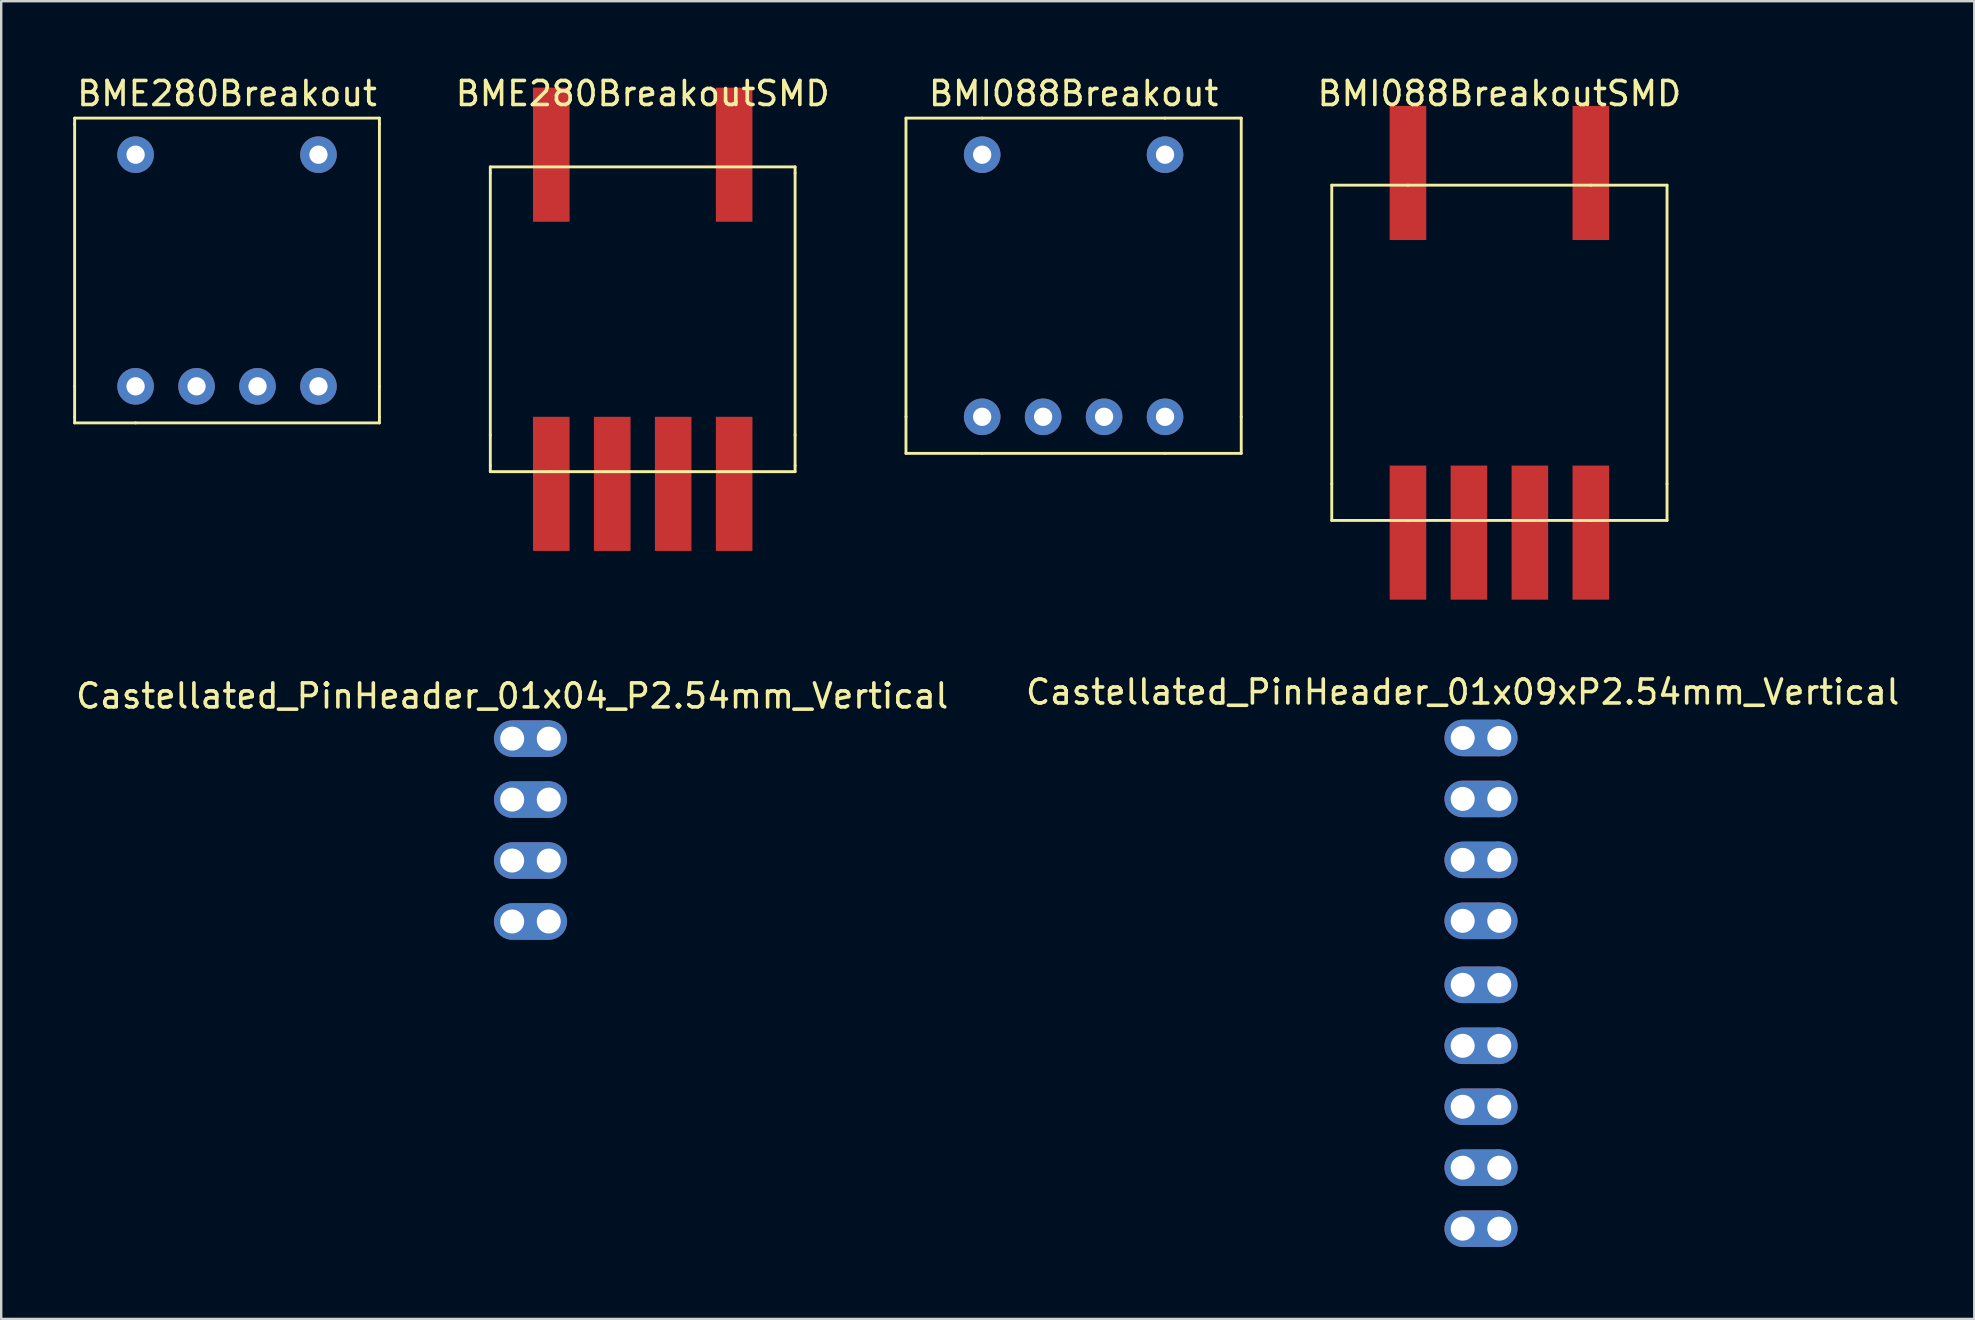
<source format=kicad_pcb>
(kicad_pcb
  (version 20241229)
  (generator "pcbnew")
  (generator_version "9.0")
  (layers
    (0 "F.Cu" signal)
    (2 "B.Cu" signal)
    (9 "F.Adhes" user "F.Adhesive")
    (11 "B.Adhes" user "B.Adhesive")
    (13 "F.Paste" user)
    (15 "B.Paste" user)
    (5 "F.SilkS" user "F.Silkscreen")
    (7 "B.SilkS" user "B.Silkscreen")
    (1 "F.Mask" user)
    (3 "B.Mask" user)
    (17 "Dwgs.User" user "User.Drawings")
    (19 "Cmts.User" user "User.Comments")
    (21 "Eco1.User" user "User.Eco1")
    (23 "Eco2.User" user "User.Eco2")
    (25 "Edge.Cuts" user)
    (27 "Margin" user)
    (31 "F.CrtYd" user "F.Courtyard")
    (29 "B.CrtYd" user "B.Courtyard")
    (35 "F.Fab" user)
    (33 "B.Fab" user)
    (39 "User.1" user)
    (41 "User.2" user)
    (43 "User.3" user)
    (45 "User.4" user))
  (footprint "BME280Breakout"
    (layer "F.Cu")
    (at 6.41 0.348)
    (property "Reference" "BME280Breakout" (at 0 0.5 0) (layer "F.SilkS") (effects (font (size 1 1) (thickness 0.15))))
    (attr through_hole)
    (fp_line (start -6.35 1.524) (end 6.35 1.524) (stroke (width 0.12) (type solid)) (layer "F.SilkS"))
    (fp_line (start -6.35 1.778) (end -6.35 1.524) (stroke (width 0.12) (type solid)) (layer "F.SilkS"))
    (fp_line (start -6.35 12.7) (end -6.35 1.778) (stroke (width 0.12) (type solid)) (layer "F.SilkS"))
    (fp_line (start -6.35 12.7) (end -6.35 13.97) (stroke (width 0.12) (type solid)) (layer "F.SilkS"))
    (fp_line (start -6.35 14.224) (end -6.35 13.97) (stroke (width 0.12) (type solid)) (layer "F.SilkS"))
    (fp_line (start -3.81 14.224) (end -6.35 14.224) (stroke (width 0.12) (type solid)) (layer "F.SilkS"))
    (fp_line (start -3.81 14.224) (end 6.35 14.224) (stroke (width 0.12) (type solid)) (layer "F.SilkS"))
    (fp_line (start 6.35 1.524) (end 6.35 1.778) (stroke (width 0.12) (type solid)) (layer "F.SilkS"))
    (fp_line (start 6.35 12.7) (end 6.35 1.778) (stroke (width 0.12) (type solid)) (layer "F.SilkS"))
    (fp_line (start 6.35 12.7) (end 6.35 13.97) (stroke (width 0.12) (type solid)) (layer "F.SilkS"))
    (fp_line (start 6.35 13.97) (end 6.35 14.224) (stroke (width 0.12) (type solid)) (layer "F.SilkS"))
    (pad "1" thru_hole circle (at -3.81 12.7) (size 1.524 1.524) (drill 0.762) (layers "*.Cu" "*.Mask"))
    (pad "2" thru_hole circle (at -1.27 12.7) (size 1.524 1.524) (drill 0.762) (layers "*.Cu" "*.Mask"))
    (pad "3" thru_hole circle (at 1.27 12.7) (size 1.524 1.524) (drill 0.762) (layers "*.Cu" "*.Mask"))
    (pad "4" thru_hole circle (at 3.81 12.7) (size 1.524 1.524) (drill 0.762) (layers "*.Cu" "*.Mask"))
    (pad "5" thru_hole circle (at -3.81 3.048) (size 1.524 1.524) (drill 0.762) (layers "*.Cu" "*.Mask"))
    (pad "6" thru_hole circle (at 3.81 3.048) (size 1.524 1.524) (drill 0.762) (layers "*.Cu" "*.Mask")))
  (footprint "BMI088BreakoutSMD"
    (layer "F.Cu")
    (at 59.428 0.348)
    (property "Reference" "BMI088BreakoutSMD" (at 0 0.5 0) (layer "F.SilkS") (effects (font (size 1 1) (thickness 0.15))))
    (attr through_hole)
    (fp_line (start -6.985 4.318) (end -3.81 4.318) (stroke (width 0.12) (type solid)) (layer "F.SilkS"))
    (fp_line (start -6.985 16.764) (end -6.985 4.318) (stroke (width 0.12) (type solid)) (layer "F.SilkS"))
    (fp_line (start -6.985 16.764) (end -6.985 18.288) (stroke (width 0.12) (type solid)) (layer "F.SilkS"))
    (fp_line (start -6.985 18.288) (end -3.81 18.288) (stroke (width 0.12) (type solid)) (layer "F.SilkS"))
    (fp_line (start -3.81 4.318) (end 3.81 4.318) (stroke (width 0.12) (type solid)) (layer "F.SilkS"))
    (fp_line (start -3.81 18.288) (end 3.81 18.288) (stroke (width 0.12) (type solid)) (layer "F.SilkS"))
    (fp_line (start 6.985 4.318) (end 3.81 4.318) (stroke (width 0.12) (type solid)) (layer "F.SilkS"))
    (fp_line (start 6.985 16.764) (end 6.985 4.318) (stroke (width 0.12) (type solid)) (layer "F.SilkS"))
    (fp_line (start 6.985 16.764) (end 6.985 18.288) (stroke (width 0.12) (type solid)) (layer "F.SilkS"))
    (fp_line (start 6.985 18.288) (end 3.81 18.288) (stroke (width 0.12) (type solid)) (layer "F.SilkS"))
    (pad "1" smd rect (at -3.81 18.796) (size 1.524 5.588) (layers "F.Cu" "F.Mask" "F.Paste"))
    (pad "2" smd rect (at -1.27 18.796) (size 1.524 5.588) (layers "F.Cu" "F.Mask" "F.Paste"))
    (pad "3" smd rect (at 1.27 18.796) (size 1.524 5.588) (layers "F.Cu" "F.Mask" "F.Paste"))
    (pad "4" smd rect (at 3.81 18.796) (size 1.524 5.588) (layers "F.Cu" "F.Mask" "F.Paste"))
    (pad "5" smd rect (at -3.81 3.81) (size 1.524 5.588) (layers "F.Cu" "F.Mask" "F.Paste"))
    (pad "6" smd rect (at 3.81 3.81) (size 1.524 5.588) (layers "F.Cu" "F.Mask" "F.Paste")))
  (footprint "Castellated_PinHeader_01x09xP2.54mm_Vertical"
    (layer "F.Cu")
    (at 57.899 25.287)
    (property "Reference" "Castellated_PinHeader_01x09xP2.54mm_Vertical" (at 0 0.5 0) (layer "F.SilkS") (effects (font (size 1 1) (thickness 0.15))))
    (attr through_hole)
    (pad "1" thru_hole custom (at 0 2.413) (size 1.524 1.524) (drill 1) (layers "*.Cu" "*.Mask") (options (anchor circle)) (primitives (gr_poly (pts (xy 0 0.749) (xy 0 -0.749) (xy 1.524 -0.749) (xy 1.524 0.749)) (width 0.025) (fill yes))))
    (pad "1" thru_hole circle (at 1.524 2.413) (size 1.524 1.524) (drill 1) (layers "*.Cu" "*.Mask"))
    (pad "2" thru_hole custom (at 0 4.953) (size 1.524 1.524) (drill 1) (layers "*.Cu" "*.Mask") (options (anchor circle)) (primitives (gr_poly (pts (xy 0 0.749) (xy 0 -0.749) (xy 1.524 -0.749) (xy 1.524 0.749)) (width 0.025) (fill yes))))
    (pad "2" thru_hole circle (at 1.524 4.953) (size 1.524 1.524) (drill 1) (layers "*.Cu" "*.Mask"))
    (pad "3" thru_hole custom (at 0 7.493) (size 1.524 1.524) (drill 1) (layers "*.Cu" "*.Mask") (options (anchor circle)) (primitives (gr_poly (pts (xy 0 0.749) (xy 0 -0.749) (xy 1.524 -0.749) (xy 1.524 0.749)) (width 0.025) (fill yes))))
    (pad "3" thru_hole circle (at 1.524 7.493) (size 1.524 1.524) (drill 1) (layers "*.Cu" "*.Mask"))
    (pad "4" thru_hole custom (at 0 10.033) (size 1.524 1.524) (drill 1) (layers "*.Cu" "*.Mask") (options (anchor circle)) (primitives (gr_poly (pts (xy 0 0.749) (xy 0 -0.749) (xy 1.524 -0.749) (xy 1.524 0.749)) (width 0.025) (fill yes))))
    (pad "4" thru_hole circle (at 1.524 10.033) (size 1.524 1.524) (drill 1) (layers "*.Cu" "*.Mask"))
    (pad "5" thru_hole custom (at 0 12.7) (size 1.524 1.524) (drill 1) (layers "*.Cu" "*.Mask") (options (anchor circle)) (primitives (gr_poly (pts (xy 0 0.749) (xy 0 -0.749) (xy 1.524 -0.749) (xy 1.524 0.749)) (width 0.025) (fill yes))))
    (pad "5" thru_hole circle (at 1.524 12.7) (size 1.524 1.524) (drill 1) (layers "*.Cu" "*.Mask"))
    (pad "6" thru_hole custom (at 0 15.24) (size 1.524 1.524) (drill 1) (layers "*.Cu" "*.Mask") (options (anchor circle)) (primitives (gr_poly (pts (xy 0 0.749) (xy 0 -0.749) (xy 1.524 -0.749) (xy 1.524 0.749)) (width 0.025) (fill yes))))
    (pad "6" thru_hole circle (at 1.524 15.24) (size 1.524 1.524) (drill 1) (layers "*.Cu" "*.Mask"))
    (pad "7" thru_hole custom (at 0 17.78) (size 1.524 1.524) (drill 1) (layers "*.Cu" "*.Mask") (options (anchor circle)) (primitives (gr_poly (pts (xy 0 0.749) (xy 0 -0.749) (xy 1.524 -0.749) (xy 1.524 0.749)) (width 0.025) (fill yes))))
    (pad "7" thru_hole circle (at 1.524 17.78) (size 1.524 1.524) (drill 1) (layers "*.Cu" "*.Mask"))
    (pad "8" thru_hole custom (at 0 20.32) (size 1.524 1.524) (drill 1) (layers "*.Cu" "*.Mask") (options (anchor circle)) (primitives (gr_poly (pts (xy 0 0.749) (xy 0 -0.749) (xy 1.524 -0.749) (xy 1.524 0.749)) (width 0.025) (fill yes))))
    (pad "8" thru_hole circle (at 1.524 20.32) (size 1.524 1.524) (drill 1) (layers "*.Cu" "*.Mask"))
    (pad "9" thru_hole custom (at 0 22.86) (size 1.524 1.524) (drill 1) (layers "*.Cu" "*.Mask") (options (anchor circle)) (primitives (gr_poly (pts (xy 0 0.749) (xy 0 -0.749) (xy 1.524 -0.749) (xy 1.524 0.749)) (width 0.025) (fill yes))))
    (pad "9" thru_hole circle (at 1.524 22.86) (size 1.524 1.524) (drill 1) (layers "*.Cu" "*.Mask")))
  (footprint "BMI088Breakout"
    (layer "F.Cu")
    (at 41.686 0.348)
    (property "Reference" "BMI088Breakout" (at 0 0.5 0) (layer "F.SilkS") (effects (font (size 1 1) (thickness 0.15))))
    (attr through_hole)
    (fp_line (start -6.985 1.524) (end -3.81 1.524) (stroke (width 0.12) (type solid)) (layer "F.SilkS"))
    (fp_line (start -6.985 13.97) (end -6.985 1.524) (stroke (width 0.12) (type solid)) (layer "F.SilkS"))
    (fp_line (start -6.985 13.97) (end -6.985 15.494) (stroke (width 0.12) (type solid)) (layer "F.SilkS"))
    (fp_line (start -6.985 15.494) (end -3.81 15.494) (stroke (width 0.12) (type solid)) (layer "F.SilkS"))
    (fp_line (start -3.81 1.524) (end 3.81 1.524) (stroke (width 0.12) (type solid)) (layer "F.SilkS"))
    (fp_line (start -3.81 15.494) (end 3.81 15.494) (stroke (width 0.12) (type solid)) (layer "F.SilkS"))
    (fp_line (start 6.985 1.524) (end 3.81 1.524) (stroke (width 0.12) (type solid)) (layer "F.SilkS"))
    (fp_line (start 6.985 13.97) (end 6.985 1.524) (stroke (width 0.12) (type solid)) (layer "F.SilkS"))
    (fp_line (start 6.985 13.97) (end 6.985 15.494) (stroke (width 0.12) (type solid)) (layer "F.SilkS"))
    (fp_line (start 6.985 15.494) (end 3.81 15.494) (stroke (width 0.12) (type solid)) (layer "F.SilkS"))
    (pad "1" thru_hole circle (at -3.81 13.97) (size 1.524 1.524) (drill 0.762) (layers "*.Cu" "*.Mask"))
    (pad "2" thru_hole circle (at -1.27 13.97) (size 1.524 1.524) (drill 0.762) (layers "*.Cu" "*.Mask"))
    (pad "3" thru_hole circle (at 1.27 13.97) (size 1.524 1.524) (drill 0.762) (layers "*.Cu" "*.Mask"))
    (pad "4" thru_hole circle (at 3.81 13.97) (size 1.524 1.524) (drill 0.762) (layers "*.Cu" "*.Mask"))
    (pad "5" thru_hole circle (at -3.81 3.048) (size 1.524 1.524) (drill 0.762) (layers "*.Cu" "*.Mask"))
    (pad "6" thru_hole circle (at 3.81 3.048) (size 1.524 1.524) (drill 0.762) (layers "*.Cu" "*.Mask")))
  (footprint "Castellated_PinHeader_01x04_P2.54mm_Vertical"
    (layer "F.Cu")
    (at 18.292 25.188)
    (property "Reference" "Castellated_PinHeader_01x04_P2.54mm_Vertical" (at 0 0.762 0) (layer "F.SilkS") (effects (font (size 1 1) (thickness 0.15))))
    (attr through_hole)
    (pad "1" thru_hole custom (at 0 2.54) (size 1.524 1.524) (drill 1) (layers "*.Cu" "*.Mask") (options (anchor circle)) (primitives (gr_poly (pts (xy 0 0.749) (xy 0 -0.749) (xy 1.524 -0.749) (xy 1.524 0.749)) (width 0.025) (fill yes))))
    (pad "1" thru_hole circle (at 1.524 2.54) (size 1.524 1.524) (drill 1) (layers "*.Cu" "*.Mask"))
    (pad "2" thru_hole custom (at 0 5.08) (size 1.524 1.524) (drill 1) (layers "*.Cu" "*.Mask") (options (anchor circle)) (primitives (gr_poly (pts (xy 0 0.749) (xy 0 -0.749) (xy 1.524 -0.749) (xy 1.524 0.749)) (width 0.025) (fill yes))))
    (pad "2" thru_hole circle (at 1.524 5.08) (size 1.524 1.524) (drill 1) (layers "*.Cu" "*.Mask"))
    (pad "3" thru_hole custom (at 0 7.62) (size 1.524 1.524) (drill 1) (layers "*.Cu" "*.Mask") (options (anchor circle)) (primitives (gr_poly (pts (xy 0 0.749) (xy 0 -0.749) (xy 1.524 -0.749) (xy 1.524 0.749)) (width 0.025) (fill yes))))
    (pad "3" thru_hole circle (at 1.524 7.62) (size 1.524 1.524) (drill 1) (layers "*.Cu" "*.Mask"))
    (pad "4" thru_hole custom (at 0 10.16) (size 1.524 1.524) (drill 1) (layers "*.Cu" "*.Mask") (options (anchor circle)) (primitives (gr_poly (pts (xy 0 0.749) (xy 0 -0.749) (xy 1.524 -0.749) (xy 1.524 0.749)) (width 0.025) (fill yes))))
    (pad "4" thru_hole circle (at 1.524 10.16) (size 1.524 1.524) (drill 1) (layers "*.Cu" "*.Mask")))
  (footprint "BME280BreakoutSMD"
    (layer "F.Cu")
    (at 23.731 0.348)
    (property "Reference" "BME280BreakoutSMD" (at 0 0.5 0) (layer "F.SilkS") (effects (font (size 1 1) (thickness 0.15))))
    (attr through_hole)
    (fp_line (start -6.35 3.556) (end 6.35 3.556) (stroke (width 0.12) (type solid)) (layer "F.SilkS"))
    (fp_line (start -6.35 3.81) (end -6.35 3.556) (stroke (width 0.12) (type solid)) (layer "F.SilkS"))
    (fp_line (start -6.35 14.732) (end -6.35 3.81) (stroke (width 0.12) (type solid)) (layer "F.SilkS"))
    (fp_line (start -6.35 14.732) (end -6.35 16.002) (stroke (width 0.12) (type solid)) (layer "F.SilkS"))
    (fp_line (start -6.35 16.256) (end -6.35 16.002) (stroke (width 0.12) (type solid)) (layer "F.SilkS"))
    (fp_line (start -3.81 16.256) (end -6.35 16.256) (stroke (width 0.12) (type solid)) (layer "F.SilkS"))
    (fp_line (start -3.81 16.256) (end 6.35 16.256) (stroke (width 0.12) (type solid)) (layer "F.SilkS"))
    (fp_line (start 6.35 3.556) (end 6.35 3.81) (stroke (width 0.12) (type solid)) (layer "F.SilkS"))
    (fp_line (start 6.35 14.732) (end 6.35 3.81) (stroke (width 0.12) (type solid)) (layer "F.SilkS"))
    (fp_line (start 6.35 14.732) (end 6.35 16.002) (stroke (width 0.12) (type solid)) (layer "F.SilkS"))
    (fp_line (start 6.35 16.002) (end 6.35 16.256) (stroke (width 0.12) (type solid)) (layer "F.SilkS"))
    (pad "1" smd rect (at -3.81 16.764) (size 1.524 5.588) (layers "F.Cu" "F.Mask" "F.Paste"))
    (pad "2" smd rect (at -1.27 16.764) (size 1.524 5.588) (layers "F.Cu" "F.Mask" "F.Paste"))
    (pad "3" smd rect (at 1.27 16.764) (size 1.524 5.588) (layers "F.Cu" "F.Mask" "F.Paste"))
    (pad "4" smd rect (at 3.81 16.764) (size 1.524 5.588) (layers "F.Cu" "F.Mask" "F.Paste"))
    (pad "5" smd rect (at -3.81 3.048) (size 1.524 5.588) (layers "F.Cu" "F.Mask" "F.Paste"))
    (pad "6" smd rect (at 3.81 3.048) (size 1.524 5.588) (layers "F.Cu" "F.Mask" "F.Paste")))
  (gr_rect
    (start -3 -3)
    (end 79.214 51.908)
    (stroke (width 0.1) (type default))
    (fill no)
    (layer "Edge.Cuts")))
</source>
